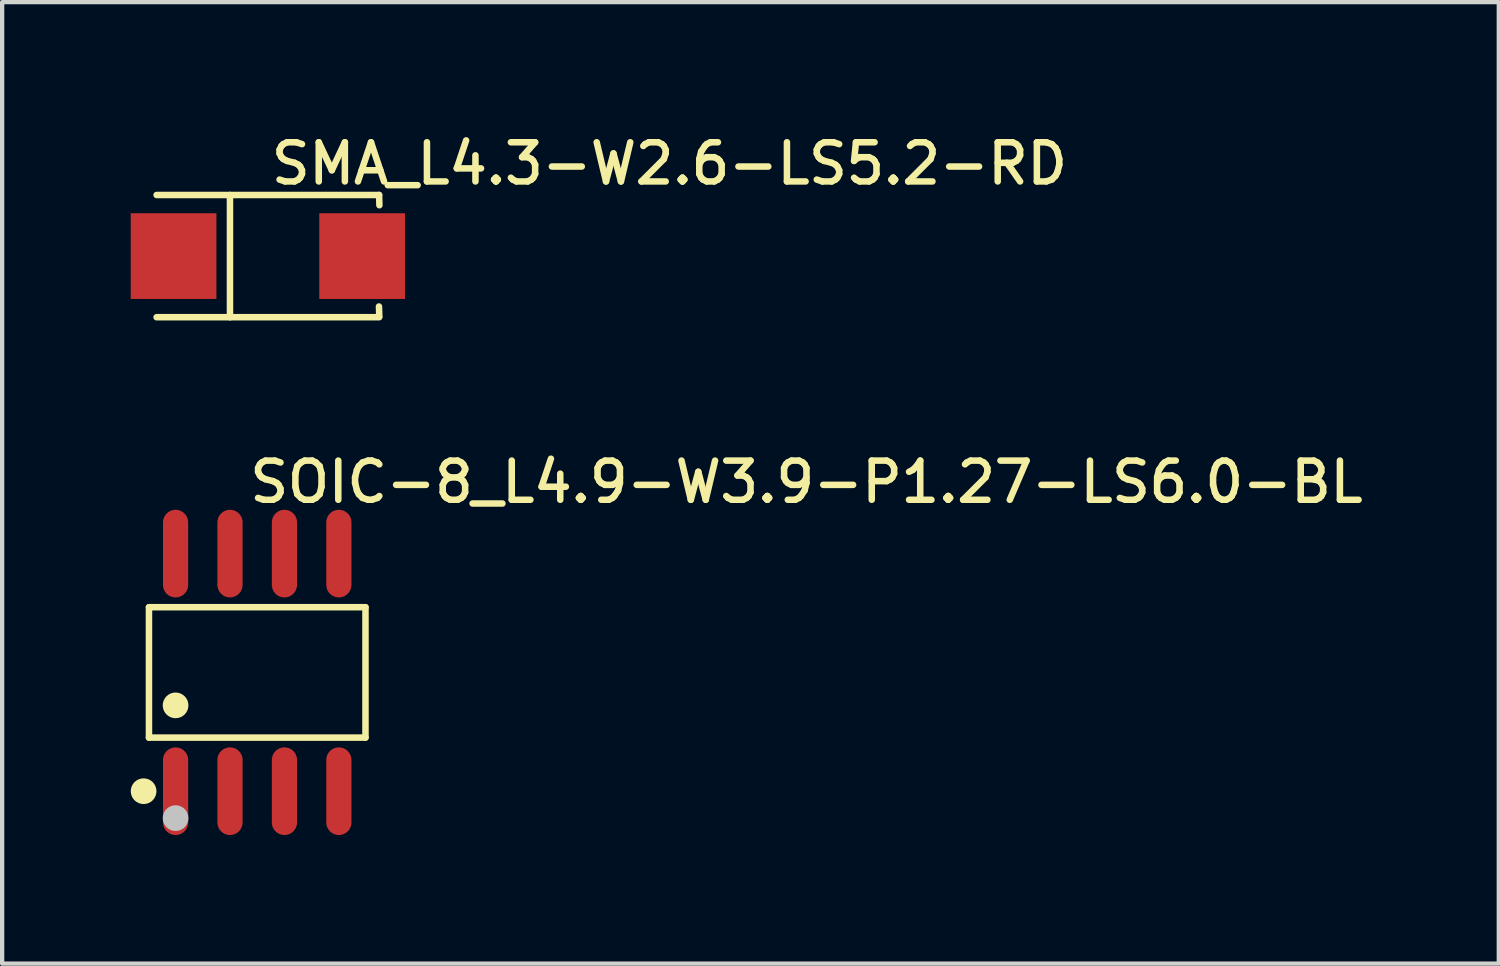
<source format=kicad_pcb>
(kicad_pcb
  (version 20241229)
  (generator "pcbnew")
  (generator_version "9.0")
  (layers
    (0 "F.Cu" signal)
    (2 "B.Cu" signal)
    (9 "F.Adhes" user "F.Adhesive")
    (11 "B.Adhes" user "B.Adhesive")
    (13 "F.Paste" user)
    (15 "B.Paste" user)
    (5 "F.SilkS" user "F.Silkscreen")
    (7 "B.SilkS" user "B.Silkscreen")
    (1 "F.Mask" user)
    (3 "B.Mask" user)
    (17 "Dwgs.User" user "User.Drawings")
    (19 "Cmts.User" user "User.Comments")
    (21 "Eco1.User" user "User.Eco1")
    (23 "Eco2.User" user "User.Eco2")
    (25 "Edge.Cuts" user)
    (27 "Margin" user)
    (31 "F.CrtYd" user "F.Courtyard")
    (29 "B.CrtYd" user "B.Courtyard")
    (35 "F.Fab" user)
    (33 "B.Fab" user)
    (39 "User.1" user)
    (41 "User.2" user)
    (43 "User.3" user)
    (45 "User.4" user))
  (footprint "SOIC-8_L4.9-W3.9-P1.27-LS6.0-BL"
    (layer "F.Cu")
    (at 2.952 12.64)
    (property "Reference" "SOIC-8_L4.9-W3.9-P1.27-LS6.0-BL" (at -0.254 -4.978 0) (layer "F.SilkS") (effects (font (size 0.914 0.914) (thickness 0.152)) (justify left top)))
    (fp_line (start -2.526 -1.521) (end 2.526 -1.521) (stroke (width 0.152) (type default)) (layer "F.SilkS"))
    (fp_line (start -2.526 1.521) (end -2.526 -1.521) (stroke (width 0.152) (type default)) (layer "F.SilkS"))
    (fp_line (start 2.526 -1.521) (end 2.526 1.521) (stroke (width 0.152) (type default)) (layer "F.SilkS"))
    (fp_line (start 2.526 1.521) (end -2.526 1.521) (stroke (width 0.152) (type default)) (layer "F.SilkS"))
    (fp_circle (center -2.651 2.772) (end -2.501 2.772) (stroke (width 0.3) (type default)) (fill no) (layer "F.SilkS"))
    (fp_circle (center -1.905 0.769) (end -1.755 0.769) (stroke (width 0.3) (type default)) (fill no) (layer "F.SilkS"))
    (fp_circle (center -1.905 3.4) (end -1.755 3.4) (stroke (width 0.3) (type default)) (fill no) (layer "Dwgs.User"))
    (fp_circle (center -2.45 3) (end -2.42 3) (stroke (width 0.06) (type default)) (fill no) (layer "User.5"))
    (pad "1" smd oval (at -1.905 2.772) (size 0.588 2.045) (layers "F.Cu" "F.Mask" "F.Paste"))
    (pad "2" smd oval (at -0.635 2.772) (size 0.588 2.045) (layers "F.Cu" "F.Mask" "F.Paste"))
    (pad "3" smd oval (at 0.635 2.772) (size 0.588 2.045) (layers "F.Cu" "F.Mask" "F.Paste"))
    (pad "4" smd oval (at 1.905 2.772) (size 0.588 2.045) (layers "F.Cu" "F.Mask" "F.Paste"))
    (pad "5" smd oval (at 1.905 -2.772) (size 0.588 2.045) (layers "F.Cu" "F.Mask" "F.Paste"))
    (pad "6" smd oval (at 0.635 -2.772) (size 0.588 2.045) (layers "F.Cu" "F.Mask" "F.Paste"))
    (pad "7" smd oval (at -0.635 -2.772) (size 0.588 2.045) (layers "F.Cu" "F.Mask" "F.Paste"))
    (pad "8" smd oval (at -1.905 -2.772) (size 0.588 2.045) (layers "F.Cu" "F.Mask" "F.Paste"))
    (zone (net_name "") (layer "User.3") (hatch edge 0.5) (priority 100) (connect_pads yes) (min_thickness 0) (filled_areas_thickness no) (fill yes) (polygon (pts (xy 0.502 14.59) (xy 0.502 10.69) (xy 5.402 10.69) (xy 5.402 14.59))) (filled_polygon (layer "User.3") (island) (pts (xy 0.502 14.59) (xy 0.502 10.69) (xy 5.402 10.69) (xy 5.402 14.59))))
    (zone (net_name "") (layer "User.4") (hatch edge 0.5) (priority 100) (connect_pads yes) (min_thickness 0) (filled_areas_thickness no) (fill yes) (polygon (pts (xy 0.837 9.64) (xy 0.837 10.475) (xy 1.257 10.475) (xy 1.257 9.64))) (filled_polygon (layer "User.4") (island) (pts (xy 0.837 9.64) (xy 0.837 10.475) (xy 1.257 10.475) (xy 1.257 9.64))))
    (zone (net_name "") (layer "User.4") (hatch edge 0.5) (priority 100) (connect_pads) (min_thickness 0) (filled_areas_thickness no) (keepout (tracks allowed) (vias allowed) (pads allowed) (copperpour not_allowed) (footprints allowed)) (placement (enabled no)) (fill) (polygon (pts (xy 0.837 10.465) (xy 0.837 10.7) (xy 1.257 10.7) (xy 1.257 10.465))))
    (zone (net_name "") (layer "User.4") (hatch edge 0.5) (priority 100) (connect_pads) (min_thickness 0) (filled_areas_thickness no) (keepout (tracks allowed) (vias allowed) (pads allowed) (copperpour not_allowed) (footprints allowed)) (placement (enabled no)) (fill) (polygon (pts (xy 0.837 14.815) (xy 0.837 14.58) (xy 1.257 14.58) (xy 1.257 14.815))))
    (zone (net_name "") (layer "User.4") (hatch edge 0.5) (priority 100) (connect_pads yes) (min_thickness 0) (filled_areas_thickness no) (fill yes) (polygon (pts (xy 0.837 15.64) (xy 0.837 14.805) (xy 1.257 14.805) (xy 1.257 15.64))) (filled_polygon (layer "User.4") (island) (pts (xy 0.837 15.64) (xy 0.837 14.805) (xy 1.257 14.805) (xy 1.257 15.64))))
    (zone (net_name "") (layer "User.4") (hatch edge 0.5) (priority 100) (connect_pads yes) (min_thickness 0) (filled_areas_thickness no) (fill yes) (polygon (pts (xy 2.107 9.64) (xy 2.107 10.475) (xy 2.527 10.475) (xy 2.527 9.64))) (filled_polygon (layer "User.4") (island) (pts (xy 2.107 9.64) (xy 2.107 10.475) (xy 2.527 10.475) (xy 2.527 9.64))))
    (zone (net_name "") (layer "User.4") (hatch edge 0.5) (priority 100) (connect_pads) (min_thickness 0) (filled_areas_thickness no) (keepout (tracks allowed) (vias allowed) (pads allowed) (copperpour not_allowed) (footprints allowed)) (placement (enabled no)) (fill) (polygon (pts (xy 2.107 10.465) (xy 2.107 10.7) (xy 2.527 10.7) (xy 2.527 10.465))))
    (zone (net_name "") (layer "User.4") (hatch edge 0.5) (priority 100) (connect_pads) (min_thickness 0) (filled_areas_thickness no) (keepout (tracks allowed) (vias allowed) (pads allowed) (copperpour not_allowed) (footprints allowed)) (placement (enabled no)) (fill) (polygon (pts (xy 2.107 14.815) (xy 2.107 14.58) (xy 2.527 14.58) (xy 2.527 14.815))))
    (zone (net_name "") (layer "User.4") (hatch edge 0.5) (priority 100) (connect_pads yes) (min_thickness 0) (filled_areas_thickness no) (fill yes) (polygon (pts (xy 2.107 15.64) (xy 2.107 14.805) (xy 2.527 14.805) (xy 2.527 15.64))) (filled_polygon (layer "User.4") (island) (pts (xy 2.107 15.64) (xy 2.107 14.805) (xy 2.527 14.805) (xy 2.527 15.64))))
    (zone (net_name "") (layer "User.4") (hatch edge 0.5) (priority 100) (connect_pads yes) (min_thickness 0) (filled_areas_thickness no) (fill yes) (polygon (pts (xy 3.377 9.64) (xy 3.377 10.475) (xy 3.797 10.475) (xy 3.797 9.64))) (filled_polygon (layer "User.4") (island) (pts (xy 3.377 9.64) (xy 3.377 10.475) (xy 3.797 10.475) (xy 3.797 9.64))))
    (zone (net_name "") (layer "User.4") (hatch edge 0.5) (priority 100) (connect_pads) (min_thickness 0) (filled_areas_thickness no) (keepout (tracks allowed) (vias allowed) (pads allowed) (copperpour not_allowed) (footprints allowed)) (placement (enabled no)) (fill) (polygon (pts (xy 3.377 10.465) (xy 3.377 10.7) (xy 3.797 10.7) (xy 3.797 10.465))))
    (zone (net_name "") (layer "User.4") (hatch edge 0.5) (priority 100) (connect_pads) (min_thickness 0) (filled_areas_thickness no) (keepout (tracks allowed) (vias allowed) (pads allowed) (copperpour not_allowed) (footprints allowed)) (placement (enabled no)) (fill) (polygon (pts (xy 3.377 14.815) (xy 3.377 14.58) (xy 3.797 14.58) (xy 3.797 14.815))))
    (zone (net_name "") (layer "User.4") (hatch edge 0.5) (priority 100) (connect_pads yes) (min_thickness 0) (filled_areas_thickness no) (fill yes) (polygon (pts (xy 3.377 15.64) (xy 3.377 14.805) (xy 3.797 14.805) (xy 3.797 15.64))) (filled_polygon (layer "User.4") (island) (pts (xy 3.377 15.64) (xy 3.377 14.805) (xy 3.797 14.805) (xy 3.797 15.64))))
    (zone (net_name "") (layer "User.4") (hatch edge 0.5) (priority 100) (connect_pads yes) (min_thickness 0) (filled_areas_thickness no) (fill yes) (polygon (pts (xy 4.647 9.64) (xy 4.647 10.475) (xy 5.067 10.475) (xy 5.067 9.64))) (filled_polygon (layer "User.4") (island) (pts (xy 4.647 9.64) (xy 4.647 10.475) (xy 5.067 10.475) (xy 5.067 9.64))))
    (zone (net_name "") (layer "User.4") (hatch edge 0.5) (priority 100) (connect_pads) (min_thickness 0) (filled_areas_thickness no) (keepout (tracks allowed) (vias allowed) (pads allowed) (copperpour not_allowed) (footprints allowed)) (placement (enabled no)) (fill) (polygon (pts (xy 4.647 10.465) (xy 4.647 10.7) (xy 5.067 10.7) (xy 5.067 10.465))))
    (zone (net_name "") (layer "User.4") (hatch edge 0.5) (priority 100) (connect_pads) (min_thickness 0) (filled_areas_thickness no) (keepout (tracks allowed) (vias allowed) (pads allowed) (copperpour not_allowed) (footprints allowed)) (placement (enabled no)) (fill) (polygon (pts (xy 4.647 14.815) (xy 4.647 14.58) (xy 5.067 14.58) (xy 5.067 14.815))))
    (zone (net_name "") (layer "User.4") (hatch edge 0.5) (priority 100) (connect_pads yes) (min_thickness 0) (filled_areas_thickness no) (fill yes) (polygon (pts (xy 4.647 15.64) (xy 4.647 14.805) (xy 5.067 14.805) (xy 5.067 15.64))) (filled_polygon (layer "User.4") (island) (pts (xy 4.647 15.64) (xy 4.647 14.805) (xy 5.067 14.805) (xy 5.067 15.64)))))
  (footprint "SMA_L4.3-W2.6-LS5.2-RD"
    (layer "F.Cu")
    (at 3.2 2.926)
    (property "Reference" "SMA_L4.3-W2.6-LS5.2-RD" (at 0 -2.692 0) (layer "F.SilkS") (effects (font (size 0.914 0.914) (thickness 0.152)) (justify left top)))
    (fp_line (start -2.596 -1.426) (end 2.596 -1.426) (stroke (width 0.152) (type default)) (layer "F.SilkS"))
    (fp_line (start -2.596 1.426) (end 2.596 1.426) (stroke (width 0.152) (type default)) (layer "F.SilkS"))
    (fp_line (start -0.884 -1.426) (end -0.884 1.426) (stroke (width 0.152) (type default)) (layer "F.SilkS"))
    (fp_line (start 2.593 1.176) (end 2.6 1.415) (stroke (width 0.152) (type default)) (layer "F.SilkS"))
    (fp_line (start 2.596 -1.426) (end 2.603 -1.187) (stroke (width 0.152) (type default)) (layer "F.SilkS"))
    (fp_circle (center -2.605 1.3) (end -2.575 1.3) (stroke (width 0.06) (type default)) (fill no) (layer "User.5"))
    (pad "1" smd rect (at -2.2 0 180) (size 2 2) (layers "F.Cu" "F.Mask" "F.Paste"))
    (pad "2" smd rect (at 2.2 0 180) (size 2 2) (layers "F.Cu" "F.Mask" "F.Paste"))
    (zone (net_name "") (layer "F.SilkS") (hatch edge 0.5) (priority 100) (connect_pads yes) (min_thickness 0) (filled_areas_thickness no) (fill yes) (polygon (pts (xy 0.68 1.423) (xy 0.679 1.83) (xy 0.219 1.825) (xy 0.223 1.423))) (filled_polygon (layer "F.SilkS") (island) (pts (xy 0.68 1.423) (xy 0.679 1.83) (xy 0.219 1.825) (xy 0.223 1.423))))
    (zone (net_name "") (layer "F.SilkS") (hatch edge 0.5) (priority 100) (connect_pads yes) (min_thickness 0) (filled_areas_thickness no) (fill yes) (polygon (pts (xy 0.688 4.022) (xy 0.687 4.428) (xy 0.227 4.424) (xy 0.231 4.022))) (filled_polygon (layer "F.SilkS") (island) (pts (xy 0.688 4.022) (xy 0.687 4.428) (xy 0.227 4.424) (xy 0.231 4.022))))
    (zone (net_name "") (layer "Dwgs.User") (hatch edge 0.5) (priority 100) (connect_pads yes) (min_thickness 0) (filled_areas_thickness no) (fill yes) (polygon (pts (xy 0.882 3.027) (xy 0.882 2.824) (xy 1.692 2.824) (xy 1.692 3.027))) (filled_polygon (layer "Dwgs.User") (island) (pts (xy 0.882 3.027) (xy 0.882 2.824) (xy 1.692 2.824) (xy 1.692 3.027))))
    (zone (net_name "") (layer "Dwgs.User") (hatch edge 0.5) (priority 100) (connect_pads yes) (min_thickness 0) (filled_areas_thickness no) (fill yes) (polygon (pts (xy 5.214 3.601) (xy 5.214 2.251) (xy 5.011 2.251) (xy 5.011 3.601))) (filled_polygon (layer "Dwgs.User") (island) (pts (xy 5.214 3.601) (xy 5.214 2.251) (xy 5.011 2.251) (xy 5.011 3.601))))
    (zone (net_name "") (layer "Dwgs.User") (hatch edge 0.5) (priority 100) (connect_pads yes) (min_thickness 0) (filled_areas_thickness no) (fill yes) (polygon (pts (xy 5.49 3.016) (xy 5.49 2.813) (xy 4.68 2.813) (xy 4.68 3.016))) (filled_polygon (layer "Dwgs.User") (island) (pts (xy 5.49 3.016) (xy 5.49 2.813) (xy 4.68 2.813) (xy 4.68 3.016))))
    (zone (net_name "") (layer "User.3") (hatch edge 0.5) (priority 100) (connect_pads yes) (min_thickness 0) (filled_areas_thickness no) (fill yes) (polygon (pts (xy 1.04 4.226) (xy 1.04 1.626) (xy 5.36 1.626) (xy 5.36 4.226))) (filled_polygon (layer "User.3") (island) (pts (xy 1.04 4.226) (xy 1.04 1.626) (xy 5.36 1.626) (xy 5.36 4.226))))
    (zone (net_name "") (layer "User.4") (hatch edge 0.5) (priority 100) (connect_pads yes) (min_thickness 0) (filled_areas_thickness no) (fill yes) (polygon (pts (xy 1.72 2.2) (xy 1.72 3.65) (xy 0.595 3.65) (xy 0.595 2.2))) (filled_polygon (layer "User.4") (island) (pts (xy 1.72 2.2) (xy 1.72 3.65) (xy 0.595 3.65) (xy 0.595 2.2))))
    (zone (net_name "") (layer "User.4") (hatch edge 0.5) (priority 100) (connect_pads yes) (min_thickness 0) (filled_areas_thickness no) (fill yes) (polygon (pts (xy 5.805 2.201) (xy 5.805 3.651) (xy 4.68 3.651) (xy 4.68 2.201))) (filled_polygon (layer "User.4") (island) (pts (xy 5.805 2.201) (xy 5.805 3.651) (xy 4.68 3.651) (xy 4.68 2.201)))))
  (gr_rect
    (start -3 -3)
    (end 31.923 19.435)
    (stroke (width 0.1) (type default))
    (fill no)
    (layer "Edge.Cuts")))
</source>
